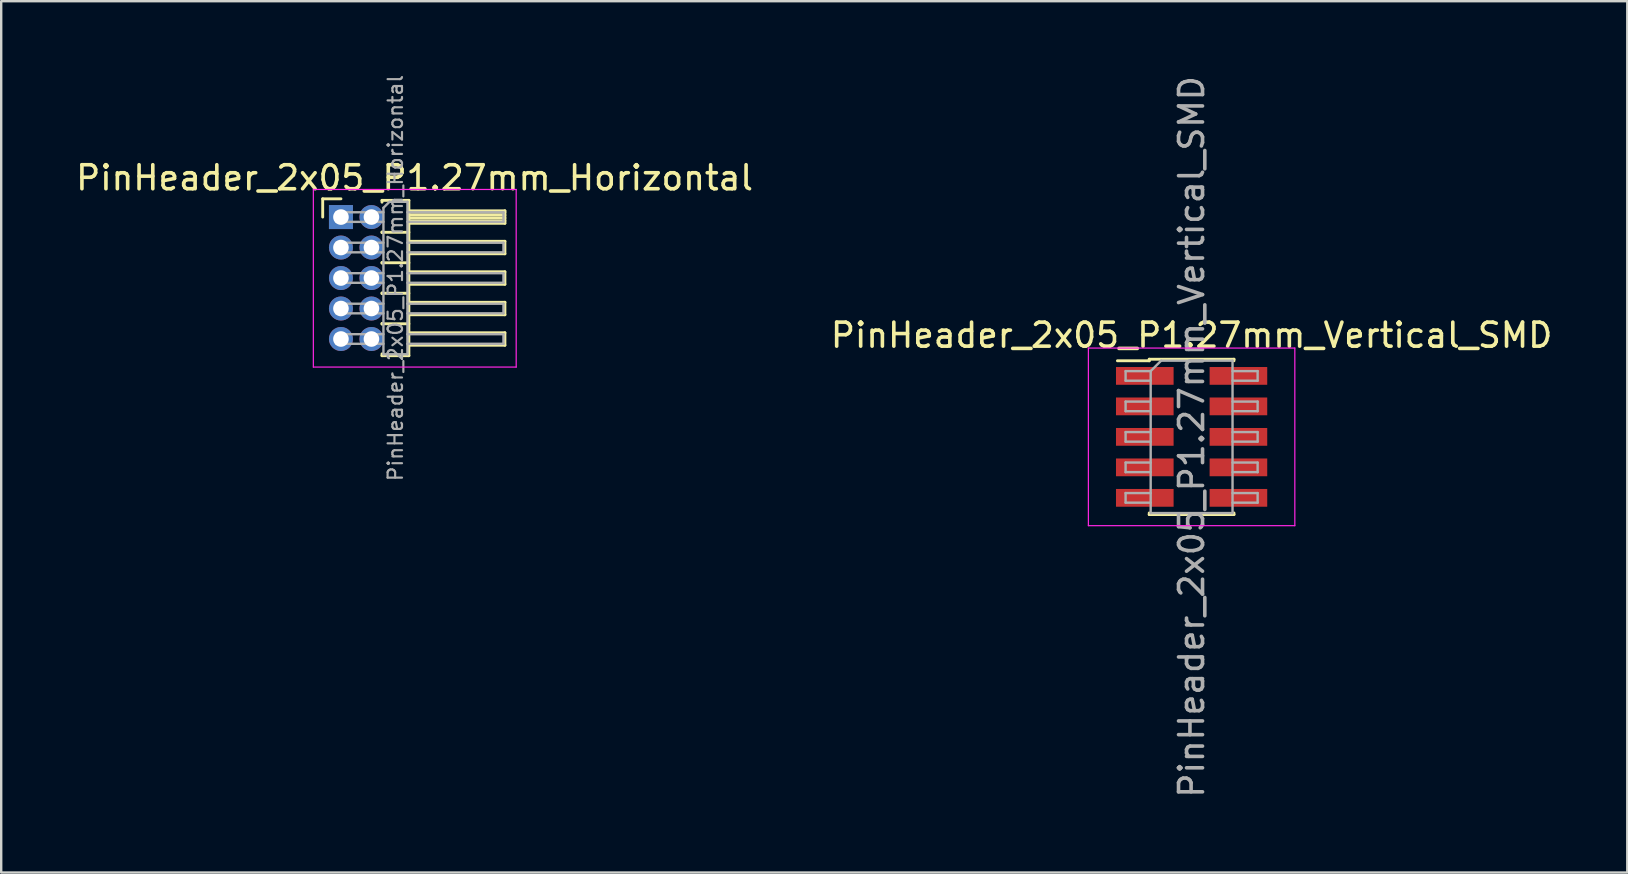
<source format=kicad_pcb>
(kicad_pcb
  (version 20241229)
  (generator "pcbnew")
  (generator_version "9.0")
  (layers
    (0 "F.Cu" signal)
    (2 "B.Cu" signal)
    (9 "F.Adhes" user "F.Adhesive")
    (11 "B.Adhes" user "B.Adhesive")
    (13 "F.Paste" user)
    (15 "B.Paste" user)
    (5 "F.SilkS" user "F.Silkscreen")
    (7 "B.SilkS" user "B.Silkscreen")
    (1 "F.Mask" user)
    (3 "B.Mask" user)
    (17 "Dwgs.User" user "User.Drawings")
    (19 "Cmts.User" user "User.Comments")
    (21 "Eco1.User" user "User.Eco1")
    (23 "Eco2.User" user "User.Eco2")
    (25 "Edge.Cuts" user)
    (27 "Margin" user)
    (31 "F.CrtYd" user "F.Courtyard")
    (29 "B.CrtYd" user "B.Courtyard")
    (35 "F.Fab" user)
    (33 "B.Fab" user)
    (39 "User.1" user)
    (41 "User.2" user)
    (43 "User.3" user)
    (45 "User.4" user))
  (footprint "PinHeader_2x05_P1.27mm_Horizontal"
    (layer "F.Cu")
    (at 11.153 5.992)
    (property "Reference" "PinHeader_2x05_P1.27mm_Horizontal" (at 3.067 -1.635 0) (layer "F.SilkS") (effects (font (size 1 1) (thickness 0.15))))
    (attr through_hole)
    (fp_line (start -0.76 -0.76) (end 0 -0.76) (stroke (width 0.12) (type solid)) (layer "F.SilkS"))
    (fp_line (start -0.76 0) (end -0.76 -0.76) (stroke (width 0.12) (type solid)) (layer "F.SilkS"))
    (fp_line (start 1.71 -0.695) (end 2.83 -0.695) (stroke (width 0.12) (type solid)) (layer "F.SilkS"))
    (fp_line (start 1.71 -0.62) (end 1.71 -0.695) (stroke (width 0.12) (type solid)) (layer "F.SilkS"))
    (fp_line (start 1.71 0.62) (end 1.71 0.65) (stroke (width 0.12) (type solid)) (layer "F.SilkS"))
    (fp_line (start 1.71 0.635) (end 2.83 0.635) (stroke (width 0.12) (type solid)) (layer "F.SilkS"))
    (fp_line (start 1.71 1.89) (end 1.71 1.92) (stroke (width 0.12) (type solid)) (layer "F.SilkS"))
    (fp_line (start 1.71 1.905) (end 2.83 1.905) (stroke (width 0.12) (type solid)) (layer "F.SilkS"))
    (fp_line (start 1.71 3.16) (end 1.71 3.19) (stroke (width 0.12) (type solid)) (layer "F.SilkS"))
    (fp_line (start 1.71 3.175) (end 2.83 3.175) (stroke (width 0.12) (type solid)) (layer "F.SilkS"))
    (fp_line (start 1.71 4.43) (end 1.71 4.46) (stroke (width 0.12) (type solid)) (layer "F.SilkS"))
    (fp_line (start 1.71 4.445) (end 2.83 4.445) (stroke (width 0.12) (type solid)) (layer "F.SilkS"))
    (fp_line (start 1.71 5.775) (end 1.71 5.7) (stroke (width 0.12) (type solid)) (layer "F.SilkS"))
    (fp_line (start 2.83 -0.695) (end 2.83 5.775) (stroke (width 0.12) (type solid)) (layer "F.SilkS"))
    (fp_line (start 2.83 -0.26) (end 6.83 -0.26) (stroke (width 0.12) (type solid)) (layer "F.SilkS"))
    (fp_line (start 2.83 -0.2) (end 6.83 -0.2) (stroke (width 0.12) (type solid)) (layer "F.SilkS"))
    (fp_line (start 2.83 -0.08) (end 6.83 -0.08) (stroke (width 0.12) (type solid)) (layer "F.SilkS"))
    (fp_line (start 2.83 0.04) (end 6.83 0.04) (stroke (width 0.12) (type solid)) (layer "F.SilkS"))
    (fp_line (start 2.83 0.16) (end 6.83 0.16) (stroke (width 0.12) (type solid)) (layer "F.SilkS"))
    (fp_line (start 2.83 1.01) (end 6.83 1.01) (stroke (width 0.12) (type solid)) (layer "F.SilkS"))
    (fp_line (start 2.83 2.28) (end 6.83 2.28) (stroke (width 0.12) (type solid)) (layer "F.SilkS"))
    (fp_line (start 2.83 3.55) (end 6.83 3.55) (stroke (width 0.12) (type solid)) (layer "F.SilkS"))
    (fp_line (start 2.83 4.82) (end 6.83 4.82) (stroke (width 0.12) (type solid)) (layer "F.SilkS"))
    (fp_line (start 2.83 5.775) (end 1.71 5.775) (stroke (width 0.12) (type solid)) (layer "F.SilkS"))
    (fp_line (start 6.83 -0.26) (end 6.83 0.26) (stroke (width 0.12) (type solid)) (layer "F.SilkS"))
    (fp_line (start 6.83 0.26) (end 2.83 0.26) (stroke (width 0.12) (type solid)) (layer "F.SilkS"))
    (fp_line (start 6.83 1.01) (end 6.83 1.53) (stroke (width 0.12) (type solid)) (layer "F.SilkS"))
    (fp_line (start 6.83 1.53) (end 2.83 1.53) (stroke (width 0.12) (type solid)) (layer "F.SilkS"))
    (fp_line (start 6.83 2.28) (end 6.83 2.8) (stroke (width 0.12) (type solid)) (layer "F.SilkS"))
    (fp_line (start 6.83 2.8) (end 2.83 2.8) (stroke (width 0.12) (type solid)) (layer "F.SilkS"))
    (fp_line (start 6.83 3.55) (end 6.83 4.07) (stroke (width 0.12) (type solid)) (layer "F.SilkS"))
    (fp_line (start 6.83 4.07) (end 2.83 4.07) (stroke (width 0.12) (type solid)) (layer "F.SilkS"))
    (fp_line (start 6.83 4.82) (end 6.83 5.34) (stroke (width 0.12) (type solid)) (layer "F.SilkS"))
    (fp_line (start 6.83 5.34) (end 2.83 5.34) (stroke (width 0.12) (type solid)) (layer "F.SilkS"))
    (fp_line (start -1.15 -1.15) (end -1.15 6.25) (stroke (width 0.05) (type solid)) (layer "F.CrtYd"))
    (fp_line (start -1.15 6.25) (end 7.3 6.25) (stroke (width 0.05) (type solid)) (layer "F.CrtYd"))
    (fp_line (start 7.3 -1.15) (end -1.15 -1.15) (stroke (width 0.05) (type solid)) (layer "F.CrtYd"))
    (fp_line (start 7.3 6.25) (end 7.3 -1.15) (stroke (width 0.05) (type solid)) (layer "F.CrtYd"))
    (fp_line (start -0.2 -0.2) (end -0.2 0.2) (stroke (width 0.1) (type solid)) (layer "F.Fab"))
    (fp_line (start -0.2 -0.2) (end 1.77 -0.2) (stroke (width 0.1) (type solid)) (layer "F.Fab"))
    (fp_line (start -0.2 0.2) (end 1.77 0.2) (stroke (width 0.1) (type solid)) (layer "F.Fab"))
    (fp_line (start -0.2 1.07) (end -0.2 1.47) (stroke (width 0.1) (type solid)) (layer "F.Fab"))
    (fp_line (start -0.2 1.07) (end 1.77 1.07) (stroke (width 0.1) (type solid)) (layer "F.Fab"))
    (fp_line (start -0.2 1.47) (end 1.77 1.47) (stroke (width 0.1) (type solid)) (layer "F.Fab"))
    (fp_line (start -0.2 2.34) (end -0.2 2.74) (stroke (width 0.1) (type solid)) (layer "F.Fab"))
    (fp_line (start -0.2 2.34) (end 1.77 2.34) (stroke (width 0.1) (type solid)) (layer "F.Fab"))
    (fp_line (start -0.2 2.74) (end 1.77 2.74) (stroke (width 0.1) (type solid)) (layer "F.Fab"))
    (fp_line (start -0.2 3.61) (end -0.2 4.01) (stroke (width 0.1) (type solid)) (layer "F.Fab"))
    (fp_line (start -0.2 3.61) (end 1.77 3.61) (stroke (width 0.1) (type solid)) (layer "F.Fab"))
    (fp_line (start -0.2 4.01) (end 1.77 4.01) (stroke (width 0.1) (type solid)) (layer "F.Fab"))
    (fp_line (start -0.2 4.88) (end -0.2 5.28) (stroke (width 0.1) (type solid)) (layer "F.Fab"))
    (fp_line (start -0.2 4.88) (end 1.77 4.88) (stroke (width 0.1) (type solid)) (layer "F.Fab"))
    (fp_line (start -0.2 5.28) (end 1.77 5.28) (stroke (width 0.1) (type solid)) (layer "F.Fab"))
    (fp_line (start 1.77 -0.385) (end 2.02 -0.635) (stroke (width 0.1) (type solid)) (layer "F.Fab"))
    (fp_line (start 1.77 5.715) (end 1.77 -0.385) (stroke (width 0.1) (type solid)) (layer "F.Fab"))
    (fp_line (start 2.02 -0.635) (end 2.77 -0.635) (stroke (width 0.1) (type solid)) (layer "F.Fab"))
    (fp_line (start 2.77 -0.635) (end 2.77 5.715) (stroke (width 0.1) (type solid)) (layer "F.Fab"))
    (fp_line (start 2.77 -0.2) (end 6.77 -0.2) (stroke (width 0.1) (type solid)) (layer "F.Fab"))
    (fp_line (start 2.77 0.2) (end 6.77 0.2) (stroke (width 0.1) (type solid)) (layer "F.Fab"))
    (fp_line (start 2.77 1.07) (end 6.77 1.07) (stroke (width 0.1) (type solid)) (layer "F.Fab"))
    (fp_line (start 2.77 1.47) (end 6.77 1.47) (stroke (width 0.1) (type solid)) (layer "F.Fab"))
    (fp_line (start 2.77 2.34) (end 6.77 2.34) (stroke (width 0.1) (type solid)) (layer "F.Fab"))
    (fp_line (start 2.77 2.74) (end 6.77 2.74) (stroke (width 0.1) (type solid)) (layer "F.Fab"))
    (fp_line (start 2.77 3.61) (end 6.77 3.61) (stroke (width 0.1) (type solid)) (layer "F.Fab"))
    (fp_line (start 2.77 4.01) (end 6.77 4.01) (stroke (width 0.1) (type solid)) (layer "F.Fab"))
    (fp_line (start 2.77 4.88) (end 6.77 4.88) (stroke (width 0.1) (type solid)) (layer "F.Fab"))
    (fp_line (start 2.77 5.28) (end 6.77 5.28) (stroke (width 0.1) (type solid)) (layer "F.Fab"))
    (fp_line (start 2.77 5.715) (end 1.77 5.715) (stroke (width 0.1) (type solid)) (layer "F.Fab"))
    (fp_line (start 6.77 -0.2) (end 6.77 0.2) (stroke (width 0.1) (type solid)) (layer "F.Fab"))
    (fp_line (start 6.77 1.07) (end 6.77 1.47) (stroke (width 0.1) (type solid)) (layer "F.Fab"))
    (fp_line (start 6.77 2.34) (end 6.77 2.74) (stroke (width 0.1) (type solid)) (layer "F.Fab"))
    (fp_line (start 6.77 3.61) (end 6.77 4.01) (stroke (width 0.1) (type solid)) (layer "F.Fab"))
    (fp_line (start 6.77 4.88) (end 6.77 5.28) (stroke (width 0.1) (type solid)) (layer "F.Fab"))
    (fp_text user "${REFERENCE}" (at 2.27 2.54 90) (layer "F.Fab") (effects (font (size 0.6 0.6) (thickness 0.09))))
    (pad "1" thru_hole rect (at 0 0) (size 1 1) (drill 0.65) (layers "*.Cu" "*.Mask"))
    (pad "2" thru_hole oval (at 1.27 0) (size 1 1) (drill 0.65) (layers "*.Cu" "*.Mask"))
    (pad "3" thru_hole oval (at 0 1.27) (size 1 1) (drill 0.65) (layers "*.Cu" "*.Mask"))
    (pad "4" thru_hole oval (at 1.27 1.27) (size 1 1) (drill 0.65) (layers "*.Cu" "*.Mask"))
    (pad "5" thru_hole oval (at 0 2.54) (size 1 1) (drill 0.65) (layers "*.Cu" "*.Mask"))
    (pad "6" thru_hole oval (at 1.27 2.54) (size 1 1) (drill 0.65) (layers "*.Cu" "*.Mask"))
    (pad "7" thru_hole oval (at 0 3.81) (size 1 1) (drill 0.65) (layers "*.Cu" "*.Mask"))
    (pad "8" thru_hole oval (at 1.27 3.81) (size 1 1) (drill 0.65) (layers "*.Cu" "*.Mask"))
    (pad "9" thru_hole oval (at 0 5.08) (size 1 1) (drill 0.65) (layers "*.Cu" "*.Mask"))
    (pad "10" thru_hole oval (at 1.27 5.08) (size 1 1) (drill 0.65) (layers "*.Cu" "*.Mask")))
  (footprint "PinHeader_2x05_P1.27mm_Vertical_SMD"
    (layer "F.Cu")
    (at 46.589 15.149)
    (property "Reference" "PinHeader_2x05_P1.27mm_Vertical_SMD" (at 0 -4.235 0) (layer "F.SilkS") (effects (font (size 1 1) (thickness 0.15))))
    (attr smd)
    (fp_line (start -3.09 -3.17) (end -1.765 -3.17) (stroke (width 0.12) (type solid)) (layer "F.SilkS"))
    (fp_line (start -1.765 -3.235) (end -1.765 -3.17) (stroke (width 0.12) (type solid)) (layer "F.SilkS"))
    (fp_line (start -1.765 -3.235) (end 1.765 -3.235) (stroke (width 0.12) (type solid)) (layer "F.SilkS"))
    (fp_line (start -1.765 3.17) (end -1.765 3.235) (stroke (width 0.12) (type solid)) (layer "F.SilkS"))
    (fp_line (start -1.765 3.235) (end 1.765 3.235) (stroke (width 0.12) (type solid)) (layer "F.SilkS"))
    (fp_line (start 1.765 -3.235) (end 1.765 -3.17) (stroke (width 0.12) (type solid)) (layer "F.SilkS"))
    (fp_line (start 1.765 3.17) (end 1.765 3.235) (stroke (width 0.12) (type solid)) (layer "F.SilkS"))
    (fp_line (start -4.3 -3.7) (end -4.3 3.7) (stroke (width 0.05) (type solid)) (layer "F.CrtYd"))
    (fp_line (start -4.3 3.7) (end 4.3 3.7) (stroke (width 0.05) (type solid)) (layer "F.CrtYd"))
    (fp_line (start 4.3 -3.7) (end -4.3 -3.7) (stroke (width 0.05) (type solid)) (layer "F.CrtYd"))
    (fp_line (start 4.3 3.7) (end 4.3 -3.7) (stroke (width 0.05) (type solid)) (layer "F.CrtYd"))
    (fp_line (start -2.75 -2.74) (end -2.75 -2.34) (stroke (width 0.1) (type solid)) (layer "F.Fab"))
    (fp_line (start -2.75 -2.34) (end -1.705 -2.34) (stroke (width 0.1) (type solid)) (layer "F.Fab"))
    (fp_line (start -2.75 -1.47) (end -2.75 -1.07) (stroke (width 0.1) (type solid)) (layer "F.Fab"))
    (fp_line (start -2.75 -1.07) (end -1.705 -1.07) (stroke (width 0.1) (type solid)) (layer "F.Fab"))
    (fp_line (start -2.75 -0.2) (end -2.75 0.2) (stroke (width 0.1) (type solid)) (layer "F.Fab"))
    (fp_line (start -2.75 0.2) (end -1.705 0.2) (stroke (width 0.1) (type solid)) (layer "F.Fab"))
    (fp_line (start -2.75 1.07) (end -2.75 1.47) (stroke (width 0.1) (type solid)) (layer "F.Fab"))
    (fp_line (start -2.75 1.47) (end -1.705 1.47) (stroke (width 0.1) (type solid)) (layer "F.Fab"))
    (fp_line (start -2.75 2.34) (end -2.75 2.74) (stroke (width 0.1) (type solid)) (layer "F.Fab"))
    (fp_line (start -2.75 2.74) (end -1.705 2.74) (stroke (width 0.1) (type solid)) (layer "F.Fab"))
    (fp_line (start -1.705 -2.74) (end -2.75 -2.74) (stroke (width 0.1) (type solid)) (layer "F.Fab"))
    (fp_line (start -1.705 -2.74) (end -1.27 -3.175) (stroke (width 0.1) (type solid)) (layer "F.Fab"))
    (fp_line (start -1.705 -1.47) (end -2.75 -1.47) (stroke (width 0.1) (type solid)) (layer "F.Fab"))
    (fp_line (start -1.705 -0.2) (end -2.75 -0.2) (stroke (width 0.1) (type solid)) (layer "F.Fab"))
    (fp_line (start -1.705 1.07) (end -2.75 1.07) (stroke (width 0.1) (type solid)) (layer "F.Fab"))
    (fp_line (start -1.705 2.34) (end -2.75 2.34) (stroke (width 0.1) (type solid)) (layer "F.Fab"))
    (fp_line (start -1.705 3.175) (end -1.705 -2.74) (stroke (width 0.1) (type solid)) (layer "F.Fab"))
    (fp_line (start -1.27 -3.175) (end 1.705 -3.175) (stroke (width 0.1) (type solid)) (layer "F.Fab"))
    (fp_line (start 1.705 -3.175) (end 1.705 3.175) (stroke (width 0.1) (type solid)) (layer "F.Fab"))
    (fp_line (start 1.705 -2.74) (end 2.75 -2.74) (stroke (width 0.1) (type solid)) (layer "F.Fab"))
    (fp_line (start 1.705 -1.47) (end 2.75 -1.47) (stroke (width 0.1) (type solid)) (layer "F.Fab"))
    (fp_line (start 1.705 -0.2) (end 2.75 -0.2) (stroke (width 0.1) (type solid)) (layer "F.Fab"))
    (fp_line (start 1.705 1.07) (end 2.75 1.07) (stroke (width 0.1) (type solid)) (layer "F.Fab"))
    (fp_line (start 1.705 2.34) (end 2.75 2.34) (stroke (width 0.1) (type solid)) (layer "F.Fab"))
    (fp_line (start 1.705 3.175) (end -1.705 3.175) (stroke (width 0.1) (type solid)) (layer "F.Fab"))
    (fp_line (start 2.75 -2.74) (end 2.75 -2.34) (stroke (width 0.1) (type solid)) (layer "F.Fab"))
    (fp_line (start 2.75 -2.34) (end 1.705 -2.34) (stroke (width 0.1) (type solid)) (layer "F.Fab"))
    (fp_line (start 2.75 -1.47) (end 2.75 -1.07) (stroke (width 0.1) (type solid)) (layer "F.Fab"))
    (fp_line (start 2.75 -1.07) (end 1.705 -1.07) (stroke (width 0.1) (type solid)) (layer "F.Fab"))
    (fp_line (start 2.75 -0.2) (end 2.75 0.2) (stroke (width 0.1) (type solid)) (layer "F.Fab"))
    (fp_line (start 2.75 0.2) (end 1.705 0.2) (stroke (width 0.1) (type solid)) (layer "F.Fab"))
    (fp_line (start 2.75 1.07) (end 2.75 1.47) (stroke (width 0.1) (type solid)) (layer "F.Fab"))
    (fp_line (start 2.75 1.47) (end 1.705 1.47) (stroke (width 0.1) (type solid)) (layer "F.Fab"))
    (fp_line (start 2.75 2.34) (end 2.75 2.74) (stroke (width 0.1) (type solid)) (layer "F.Fab"))
    (fp_line (start 2.75 2.74) (end 1.705 2.74) (stroke (width 0.1) (type solid)) (layer "F.Fab"))
    (fp_text user "${REFERENCE}" (at 0 0 90) (layer "F.Fab") (effects (font (size 1 1) (thickness 0.15))))
    (pad "1" smd rect (at -1.95 -2.54) (size 2.4 0.74) (layers "F.Cu" "F.Mask" "F.Paste"))
    (pad "2" smd rect (at 1.95 -2.54) (size 2.4 0.74) (layers "F.Cu" "F.Mask" "F.Paste"))
    (pad "3" smd rect (at -1.95 -1.27) (size 2.4 0.74) (layers "F.Cu" "F.Mask" "F.Paste"))
    (pad "4" smd rect (at 1.95 -1.27) (size 2.4 0.74) (layers "F.Cu" "F.Mask" "F.Paste"))
    (pad "5" smd rect (at -1.95 0) (size 2.4 0.74) (layers "F.Cu" "F.Mask" "F.Paste"))
    (pad "6" smd rect (at 1.95 0) (size 2.4 0.74) (layers "F.Cu" "F.Mask" "F.Paste"))
    (pad "7" smd rect (at -1.95 1.27) (size 2.4 0.74) (layers "F.Cu" "F.Mask" "F.Paste"))
    (pad "8" smd rect (at 1.95 1.27) (size 2.4 0.74) (layers "F.Cu" "F.Mask" "F.Paste"))
    (pad "9" smd rect (at -1.95 2.54) (size 2.4 0.74) (layers "F.Cu" "F.Mask" "F.Paste"))
    (pad "10" smd rect (at 1.95 2.54) (size 2.4 0.74) (layers "F.Cu" "F.Mask" "F.Paste")))
  (gr_rect
    (start -3 -3)
    (end 64.738 33.298)
    (stroke (width 0.1) (type default))
    (fill no)
    (layer "Edge.Cuts")))
</source>
